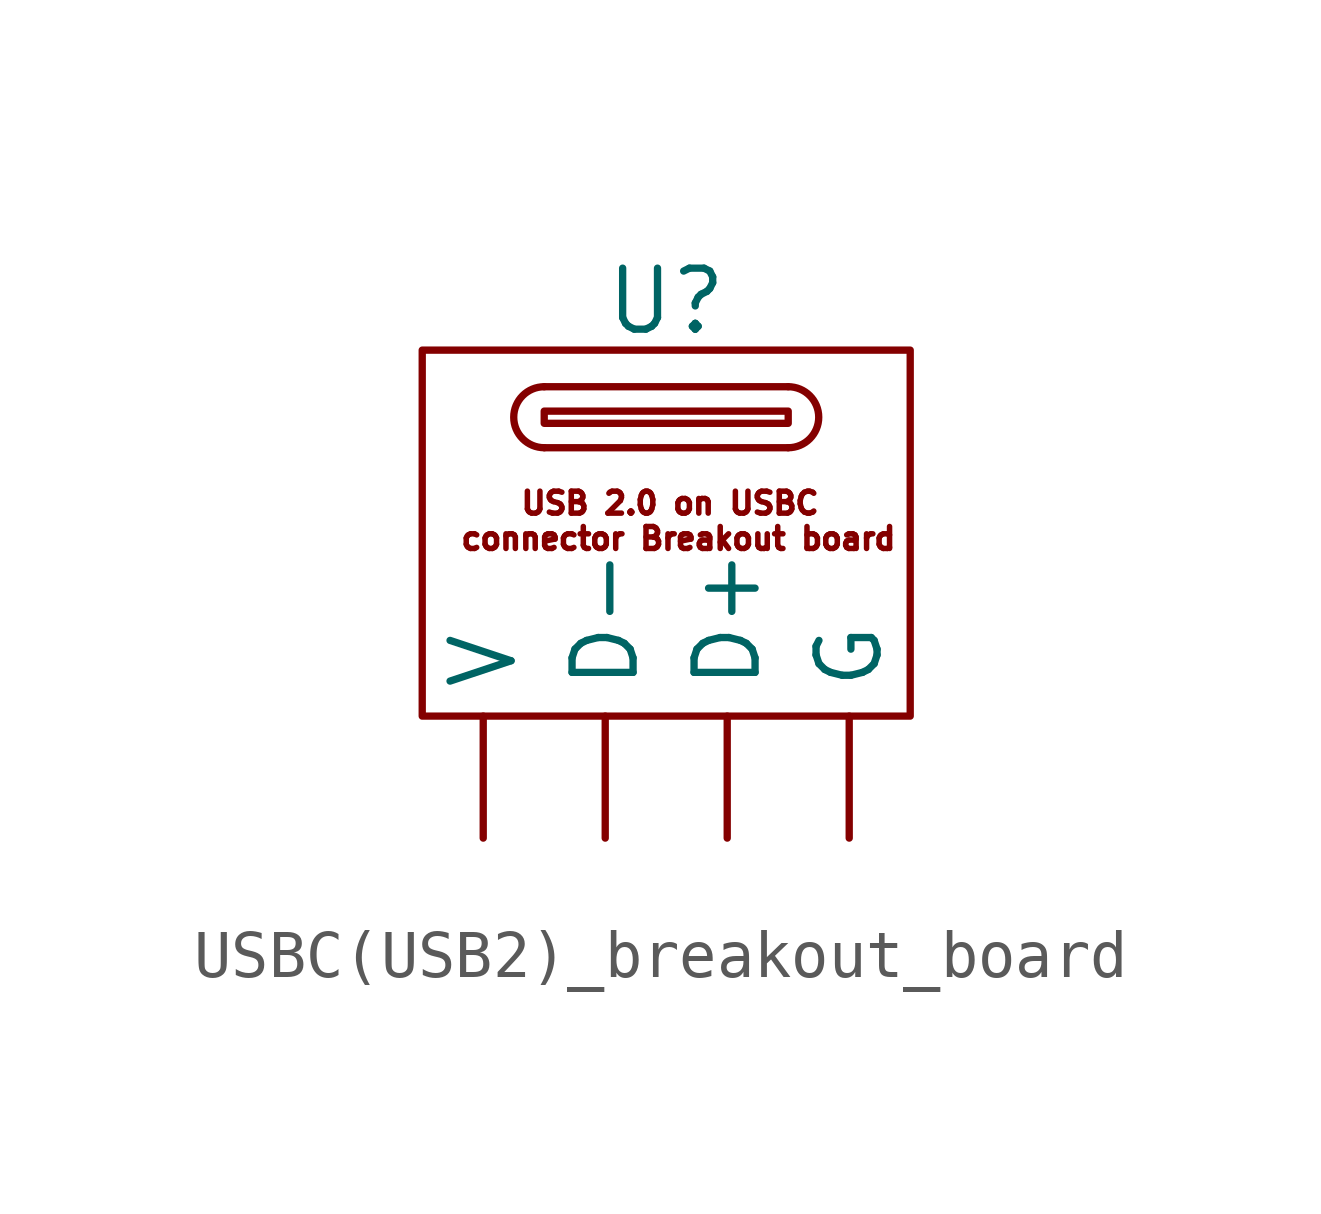
<source format=kicad_sym>
(kicad_symbol_lib
  (version 20231120)
  (generator "kicad_symbol_editor")
  (generator_version "8.0")
  (symbol "USBC(USB2)_breakout_board"
    (property "Reference" "U"
      (at 5.08 11.176 0)
      (effects (font (size 1.27 1.27))))
    (property "Value" ""
      (at 0 0 0)
      (effects (font (size 1.27 1.27))))
    (symbol "USBC(USB2)_breakout_board_0_1"
      (rectangle (start 0 10.16) (end 10.16 2.54) (stroke (width 0) (type default)) (fill (type none))))
    (symbol "USBC(USB2)_breakout_board_1_1"
      (polyline (pts (xy 2.54 8.128) (xy 7.62 8.128)) (stroke (width 0) (type default)) (fill (type none)))
      (polyline (pts (xy 7.62 9.398) (xy 2.54 9.398)) (stroke (width 0) (type default)) (fill (type none)))
      (polyline (pts (xy 2.54 8.89) (xy 7.62 8.89) (xy 7.62 8.636) (xy 2.54 8.636) (xy 2.54 8.89)) (stroke (width 0) (type default)) (fill (type none)))
      (arc (start 2.54 9.398) (mid 1.905 8.763) (end 2.54 8.128) (stroke (width 0) (type default)) (fill (type none)))
      (arc (start 7.62 8.128) (mid 8.255 8.763) (end 7.62 9.398) (stroke (width 0) (type default)) (fill (type none)))
      (text "USB 2.0 on USBC \nconnector Breakout board" (at 5.334 6.604 0) (effects (font (size 0.457 0.457))))
      (pin bidirectional line (at 6.35 0 90) (length 2.54) (name "D+" (effects (font (size 1.27 1.27)))) (number "" (effects (font (size 1.27 1.27)))))
      (pin bidirectional line (at 3.81 0 90) (length 2.54) (name "D-" (effects (font (size 1.27 1.27)))) (number "" (effects (font (size 1.27 1.27)))))
      (pin power_out line (at 8.89 0 90) (length 2.54) (name "G" (effects (font (size 1.27 1.27)))) (number "" (effects (font (size 1.27 1.27)))))
      (pin power_out line (at 1.27 0 90) (length 2.54) (name "V" (effects (font (size 1.27 1.27)))) (number "" (effects (font (size 1.27 1.27))))))))
</source>
